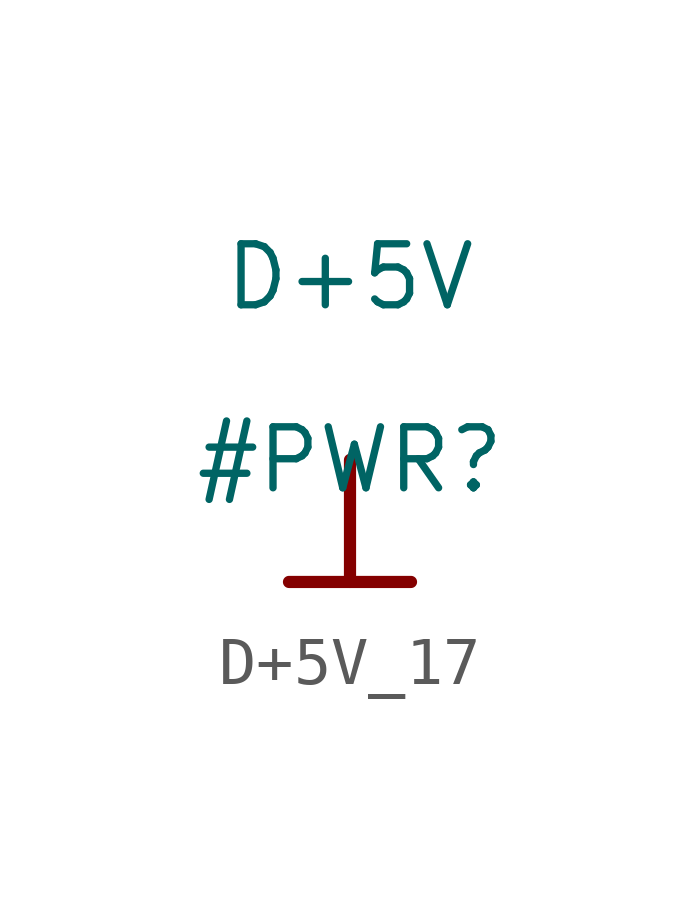
<source format=kicad_sym>
(kicad_symbol_lib
  (version 20241209)
  (generator "kicad_symbol_editor")
  (generator_version "9.0")
  (symbol "D+5V_17"
    (power)
    (property "Reference" "#PWR"
      (at 0 0 0)
      (effects (font (size 1.27 1.27))))
    (property "Value" "D+5V"
      (at 0 3.81 0)
      (effects (font (size 1.27 1.27))))
    (symbol "D+5V_17_0_0"
      (polyline (pts (xy -1.27 -2.54) (xy 1.27 -2.54)) (stroke (width 0.254) (type solid)) (fill (type none)))
      (polyline (pts (xy 0 0) (xy 0 -2.54)) (stroke (width 0.254) (type solid)) (fill (type none))))
    (symbol "D+5V_17_1_0"
      (pin power_out line (at 0 0 0) (length 0) (hide yes) (name "D+5V" (effects (font (size 1.27 1.27)))) (number "" (effects (font (size 1.27 1.27))))))))
</source>
